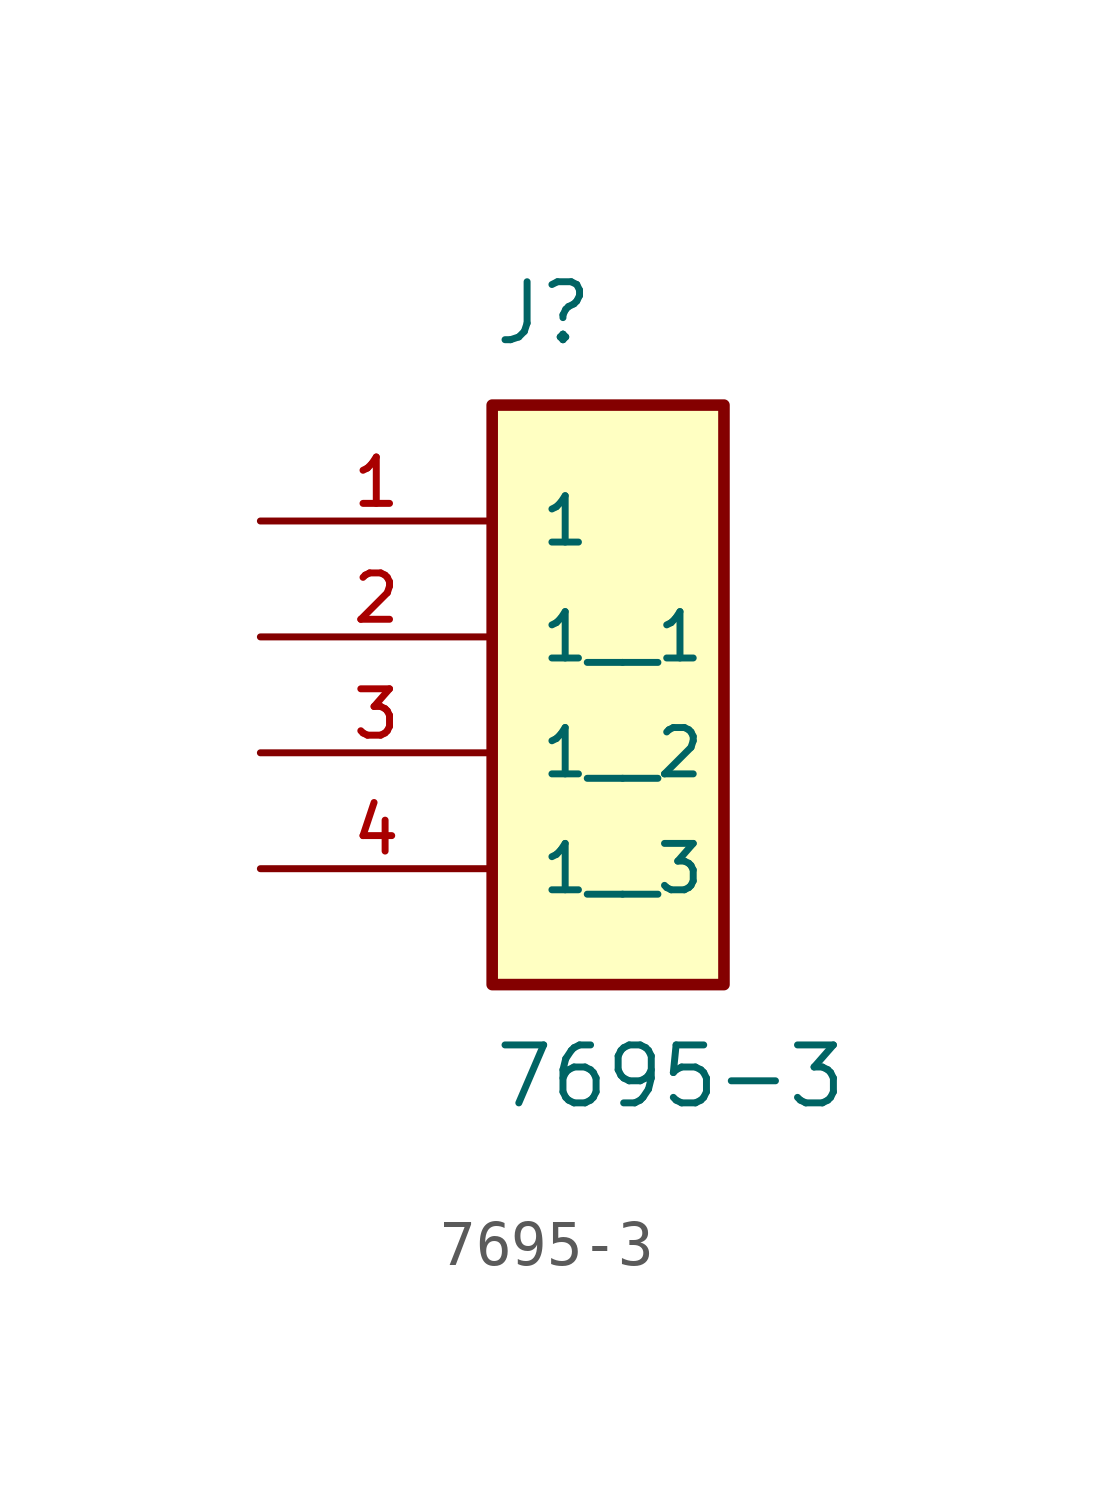
<source format=kicad_sym>
(kicad_symbol_lib
  (version 20231120)
  (generator "kicad_symbol_editor")
  (generator_version "8.0")
  (symbol "7695-3"
    (pin_names
      (offset 1.016))
    (property "Reference" "J"
      (at -2.54 3.81 0)
      (effects (font (size 1.27 1.27)) (justify left bottom)))
    (property "Value" "7695-3"
      (at -2.54 -11.43 0)
      (effects (font (size 1.27 1.27)) (justify left top)))
    (symbol "7695-3_0_0"
      (rectangle (start -2.54 -10.16) (end 2.54 2.54) (stroke (width 0.254) (type default)) (fill (type background)))
      (pin passive line (at -7.62 0 0) (length 5.08) (name "1" (effects (font (size 1.016 1.016)))) (number "1" (effects (font (size 1.016 1.016)))))
      (pin passive line (at -7.62 -2.54 0) (length 5.08) (name "1__1" (effects (font (size 1.016 1.016)))) (number "2" (effects (font (size 1.016 1.016)))))
      (pin passive line (at -7.62 -5.08 0) (length 5.08) (name "1__2" (effects (font (size 1.016 1.016)))) (number "3" (effects (font (size 1.016 1.016)))))
      (pin passive line (at -7.62 -7.62 0) (length 5.08) (name "1__3" (effects (font (size 1.016 1.016)))) (number "4" (effects (font (size 1.016 1.016))))))))
</source>
